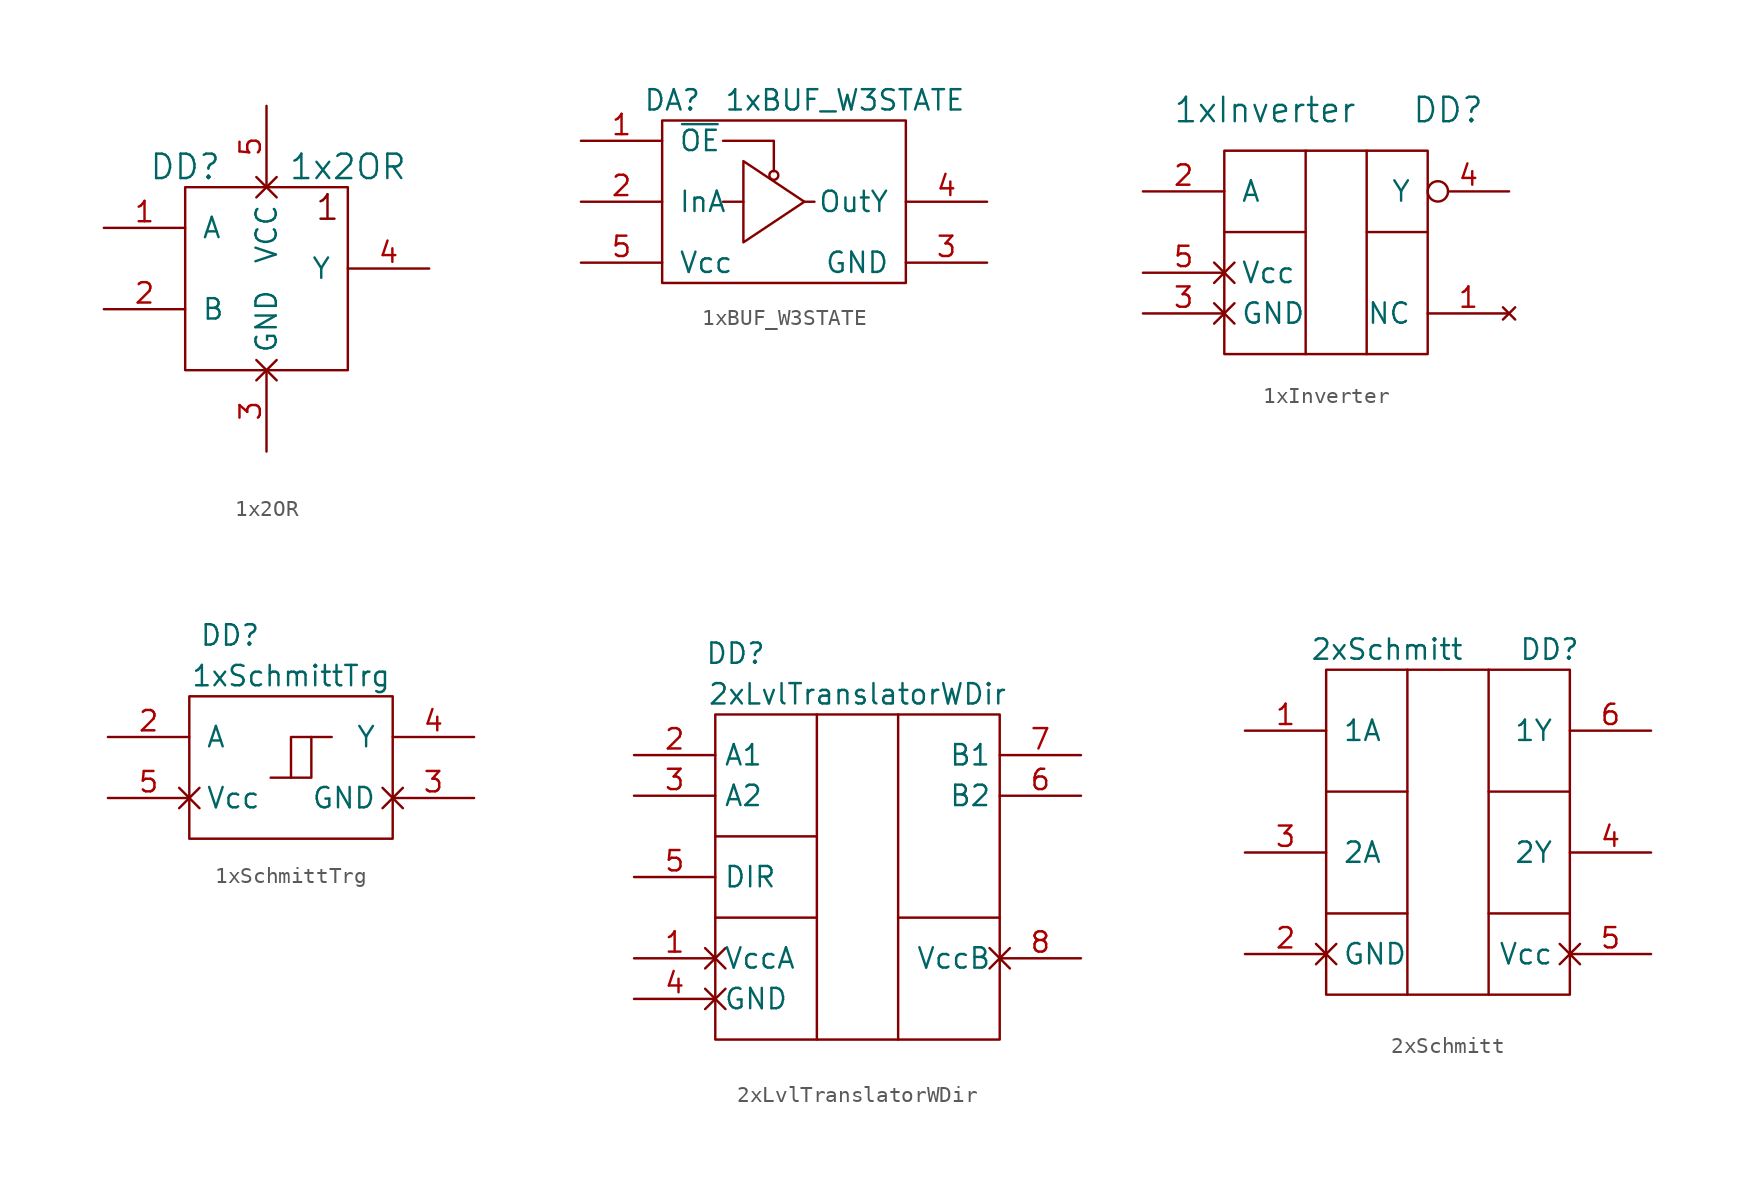
<source format=kicad_sym>
(kicad_symbol_lib
  (version 20201005)
  (generator kicad_symbol_editor)
  (symbol "standard_logic:1x2OR"
    (pin_names
      (offset 1.016))
    (property "Reference" "DD"
      (at -5.08 6.35 0)
      (effects (font (size 1.524 1.524))))
    (property "Value" "1x2OR"
      (at 5.08 6.35 0)
      (effects (font (size 1.524 1.524))))
    (property "Datasheet" ""
      (at 0 0 0)
      (effects (font (size 1.524 1.524))))
    (symbol "1x2OR_0_0"
      (text "1" (at 3.81 3.81 0) (effects (font (size 1.524 1.524))))
      (rectangle (start -5.08 5.08) (end 5.08 -6.35) (stroke (width 0)) (fill (type none))))
    (symbol "1x2OR_1_1"
      (pin passive line (at -10.16 2.54 0) (length 5.08) (name "A" (effects (font (size 1.27 1.27)))) (number "1" (effects (font (size 1.27 1.27)))))
      (pin passive line (at -10.16 -2.54 0) (length 5.08) (name "B" (effects (font (size 1.27 1.27)))) (number "2" (effects (font (size 1.27 1.27)))))
      (pin power_in non_logic (at 0 -11.43 90) (length 5.08) (name "GND" (effects (font (size 1.27 1.27)))) (number "3" (effects (font (size 1.27 1.27)))))
      (pin passive line (at 10.16 0 180) (length 5.08) (name "Y" (effects (font (size 1.27 1.27)))) (number "4" (effects (font (size 1.27 1.27)))))
      (pin power_in non_logic (at 0 10.16 270) (length 5.08) (name "VCC" (effects (font (size 1.27 1.27)))) (number "5" (effects (font (size 1.27 1.27)))))))
  (symbol "standard_logic:1xBUF_W3STATE"
    (pin_names
      (offset 1.016))
    (property "Reference" "DA"
      (at -5.715 6.35 0)
      (effects (font (size 1.27 1.27))))
    (property "Value" "1xBUF_W3STATE"
      (at 5.08 6.35 0)
      (effects (font (size 1.27 1.27))))
    (property "Datasheet" ""
      (at 0 0 0)
      (effects (font (size 1.524 1.524))))
    (symbol "1xBUF_W3STATE_0_1"
      (circle (center 0.635 1.651) (radius 0.279) (stroke (width 0)) (fill (type none)))
      (rectangle (start -6.35 5.08) (end 8.89 -5.08) (stroke (width 0)) (fill (type none)))
      (polyline (pts (xy -2.54 0) (xy -1.27 0)) (stroke (width 0)) (fill (type none)))
      (polyline (pts (xy 2.54 0) (xy 3.175 0)) (stroke (width 0)) (fill (type none)))
      (polyline (pts (xy -2.54 3.81) (xy 0.635 3.81) (xy 0.635 1.905)) (stroke (width 0)) (fill (type none)))
      (polyline (pts (xy -1.27 2.54) (xy -1.27 -2.54) (xy 2.54 0) (xy -1.27 2.54)) (stroke (width 0)) (fill (type none))))
    (symbol "1xBUF_W3STATE_1_1"
      (pin passive line (at -11.43 3.81 0) (length 5.08) (name "~OE" (effects (font (size 1.27 1.27)))) (number "1" (effects (font (size 1.27 1.27)))))
      (pin passive line (at -11.43 0 0) (length 5.08) (name "InA" (effects (font (size 1.27 1.27)))) (number "2" (effects (font (size 1.27 1.27)))))
      (pin power_in line (at 13.97 -3.81 180) (length 5.08) (name "GND" (effects (font (size 1.27 1.27)))) (number "3" (effects (font (size 1.27 1.27)))))
      (pin passive line (at 13.97 0 180) (length 5.08) (name "OutY" (effects (font (size 1.27 1.27)))) (number "4" (effects (font (size 1.27 1.27)))))
      (pin power_in line (at -11.43 -3.81 0) (length 5.08) (name "Vcc" (effects (font (size 1.27 1.27)))) (number "5" (effects (font (size 1.27 1.27)))))))
  (symbol "standard_logic:1xInverter"
    (pin_names
      (offset 1.016))
    (property "Reference" "DD"
      (at 7.62 8.89 0)
      (effects (font (size 1.524 1.524))))
    (property "Value" "1xInverter"
      (at -3.81 8.89 0)
      (effects (font (size 1.524 1.524))))
    (symbol "1xInverter_0_1"
      (rectangle (start -6.35 6.35) (end 6.35 -6.35) (stroke (width 0)) (fill (type none)))
      (polyline (pts (xy -6.35 1.27) (xy -1.27 1.27)) (stroke (width 0)) (fill (type none)))
      (polyline (pts (xy -1.27 -6.35) (xy -1.27 6.35)) (stroke (width 0)) (fill (type none)))
      (polyline (pts (xy 2.54 -6.35) (xy 2.54 6.35)) (stroke (width 0)) (fill (type none)))
      (polyline (pts (xy 2.54 1.27) (xy 6.35 1.27)) (stroke (width 0)) (fill (type none))))
    (symbol "1xInverter_1_1"
      (pin no_connect line (at 11.43 -3.81 180) (length 5.08) (name "NC" (effects (font (size 1.27 1.27)))) (number "1" (effects (font (size 1.27 1.27)))))
      (pin passive line (at -11.43 3.81 0) (length 5.08) (name "A" (effects (font (size 1.27 1.27)))) (number "2" (effects (font (size 1.27 1.27)))))
      (pin power_in non_logic (at -11.43 -3.81 0) (length 5.08) (name "GND" (effects (font (size 1.27 1.27)))) (number "3" (effects (font (size 1.27 1.27)))))
      (pin passive inverted (at 11.43 3.81 180) (length 5.08) (name "Y" (effects (font (size 1.27 1.27)))) (number "4" (effects (font (size 1.27 1.27)))))
      (pin power_in non_logic (at -11.43 -1.27 0) (length 5.08) (name "Vcc" (effects (font (size 1.27 1.27)))) (number "5" (effects (font (size 1.27 1.27)))))))
  (symbol "standard_logic:1xSchmittTrg"
    (pin_names
      (offset 1.016))
    (property "Reference" "DD"
      (at -3.81 7.62 0)
      (effects (font (size 1.27 1.27))))
    (property "Value" "1xSchmittTrg"
      (at 0 5.08 0)
      (effects (font (size 1.27 1.27))))
    (symbol "1xSchmittTrg_0_1"
      (rectangle (start -6.35 3.81) (end 6.35 -5.08) (stroke (width 0)) (fill (type none)))
      (polyline (pts (xy 1.27 1.27) (xy 0 1.27) (xy 0 -1.27)) (stroke (width 0)) (fill (type none)))
      (polyline (pts (xy -1.27 -1.27) (xy 1.27 -1.27) (xy 1.27 1.27) (xy 2.54 1.27)) (stroke (width 0)) (fill (type none))))
    (symbol "1xSchmittTrg_1_1"
      (pin input line (at -11.43 1.27 0) (length 5.08) (name "A" (effects (font (size 1.27 1.27)))) (number "2" (effects (font (size 1.27 1.27)))))
      (pin power_in non_logic (at 11.43 -2.54 180) (length 5.08) (name "GND" (effects (font (size 1.27 1.27)))) (number "3" (effects (font (size 1.27 1.27)))))
      (pin output line (at 11.43 1.27 180) (length 5.08) (name "Y" (effects (font (size 1.27 1.27)))) (number "4" (effects (font (size 1.27 1.27)))))
      (pin power_in non_logic (at -11.43 -2.54 0) (length 5.08) (name "Vcc" (effects (font (size 1.27 1.27)))) (number "5" (effects (font (size 1.27 1.27)))))))
  (symbol "standard_logic:2xLvlTranslatorWDir"
    (property "Reference" "DD"
      (at -6.35 8.89 0)
      (effects (font (size 1.27 1.27))))
    (property "Value" "2xLvlTranslatorWDir"
      (at 1.27 6.35 0)
      (effects (font (size 1.27 1.27))))
    (symbol "2xLvlTranslatorWDir_0_1"
      (rectangle (start -7.62 5.08) (end 10.16 -15.24) (stroke (width 0)) (fill (type none)))
      (polyline (pts (xy -7.62 -7.62) (xy -1.27 -7.62)) (stroke (width 0)) (fill (type none)))
      (polyline (pts (xy -7.62 -2.54) (xy -1.27 -2.54)) (stroke (width 0)) (fill (type none)))
      (polyline (pts (xy -1.27 5.08) (xy -1.27 -15.24)) (stroke (width 0)) (fill (type none)))
      (polyline (pts (xy 3.81 -7.62) (xy 10.16 -7.62)) (stroke (width 0)) (fill (type none)))
      (polyline (pts (xy 3.81 5.08) (xy 3.81 -15.24)) (stroke (width 0)) (fill (type none))))
    (symbol "2xLvlTranslatorWDir_1_1"
      (pin passive line (at -12.7 2.54 0) (length 5.08) (name "A1" (effects (font (size 1.27 1.27)))) (number "2" (effects (font (size 1.27 1.27)))))
      (pin power_in non_logic (at -12.7 -12.7 0) (length 5.08) (name "GND" (effects (font (size 1.27 1.27)))) (number "4" (effects (font (size 1.27 1.27)))))
      (pin passive line (at -12.7 0 0) (length 5.08) (name "A2" (effects (font (size 1.27 1.27)))) (number "3" (effects (font (size 1.27 1.27)))))
      (pin passive line (at 15.24 0 180) (length 5.08) (name "B2" (effects (font (size 1.27 1.27)))) (number "6" (effects (font (size 1.27 1.27)))))
      (pin power_in non_logic (at 15.24 -10.16 180) (length 5.08) (name "VccB" (effects (font (size 1.27 1.27)))) (number "8" (effects (font (size 1.27 1.27)))))
      (pin passive line (at 15.24 2.54 180) (length 5.08) (name "B1" (effects (font (size 1.27 1.27)))) (number "7" (effects (font (size 1.27 1.27)))))
      (pin power_in non_logic (at -12.7 -10.16 0) (length 5.08) (name "VccA" (effects (font (size 1.27 1.27)))) (number "1" (effects (font (size 1.27 1.27)))))
      (pin passive line (at -12.7 -5.08 0) (length 5.08) (name "DIR" (effects (font (size 1.27 1.27)))) (number "5" (effects (font (size 1.27 1.27)))))))
  (symbol "standard_logic:2xSchmitt"
    (pin_names
      (offset 1.016))
    (property "Reference" "DD"
      (at 6.35 11.43 0)
      (effects (font (size 1.27 1.27))))
    (property "Value" "2xSchmitt"
      (at -3.81 11.43 0)
      (effects (font (size 1.27 1.27))))
    (symbol "2xSchmitt_0_1"
      (rectangle (start -7.62 10.16) (end 7.62 -10.16) (stroke (width 0)) (fill (type none)))
      (polyline (pts (xy -7.62 -5.08) (xy -2.54 -5.08)) (stroke (width 0)) (fill (type none)))
      (polyline (pts (xy -7.62 2.54) (xy -2.54 2.54)) (stroke (width 0)) (fill (type none)))
      (polyline (pts (xy -2.54 10.16) (xy -2.54 -10.16)) (stroke (width 0)) (fill (type none)))
      (polyline (pts (xy 2.54 -5.08) (xy 7.62 -5.08)) (stroke (width 0)) (fill (type none)))
      (polyline (pts (xy 2.54 2.54) (xy 7.62 2.54)) (stroke (width 0)) (fill (type none)))
      (polyline (pts (xy 2.54 10.16) (xy 2.54 -10.16)) (stroke (width 0)) (fill (type none))))
    (symbol "2xSchmitt_1_1"
      (pin passive line (at -12.7 6.35 0) (length 5.08) (name "1A" (effects (font (size 1.27 1.27)))) (number "1" (effects (font (size 1.27 1.27)))))
      (pin power_in non_logic (at -12.7 -7.62 0) (length 5.08) (name "GND" (effects (font (size 1.27 1.27)))) (number "2" (effects (font (size 1.27 1.27)))))
      (pin passive line (at -12.7 -1.27 0) (length 5.08) (name "2A" (effects (font (size 1.27 1.27)))) (number "3" (effects (font (size 1.27 1.27)))))
      (pin passive line (at 12.7 -1.27 180) (length 5.08) (name "2Y" (effects (font (size 1.27 1.27)))) (number "4" (effects (font (size 1.27 1.27)))))
      (pin power_in non_logic (at 12.7 -7.62 180) (length 5.08) (name "Vcc" (effects (font (size 1.27 1.27)))) (number "5" (effects (font (size 1.27 1.27)))))
      (pin passive line (at 12.7 6.35 180) (length 5.08) (name "1Y" (effects (font (size 1.27 1.27)))) (number "6" (effects (font (size 1.27 1.27))))))))
</source>
